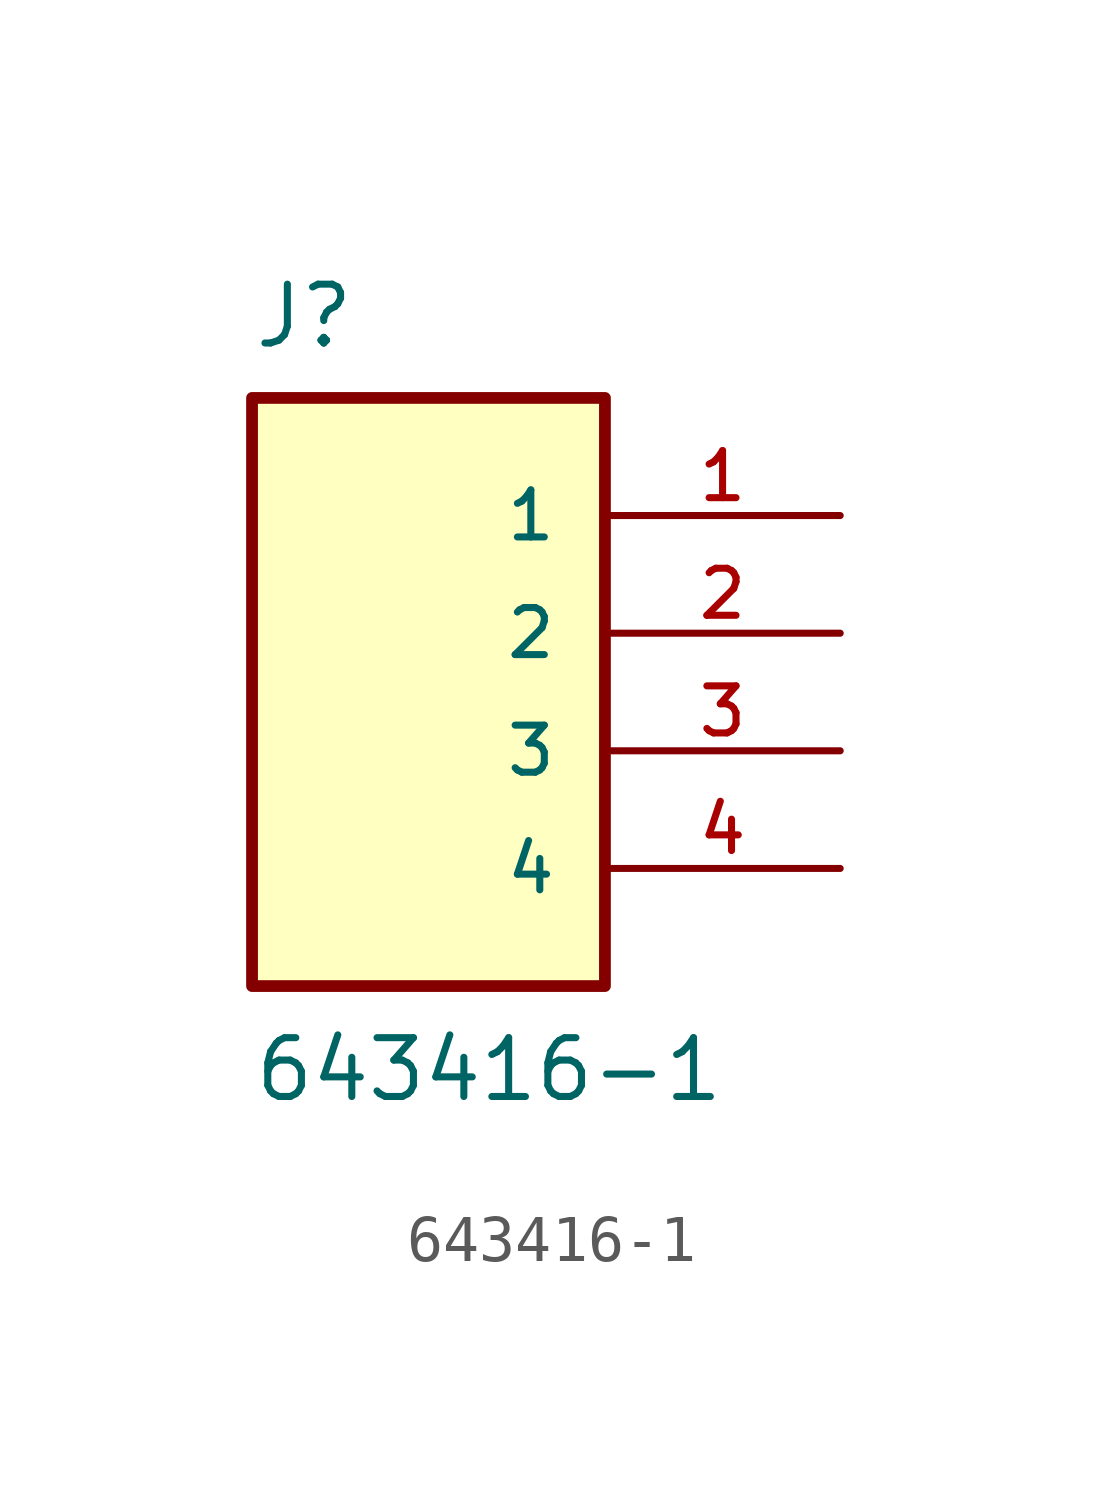
<source format=kicad_sym>
(kicad_symbol_lib
  (version 20211014)
  (generator kicad_symbol_editor)
  (symbol "643416-1"
    (pin_names
      (offset 1.016))
    (property "Reference" "J"
      (at -2.543 6.103 0)
      (effects (font (size 1.27 1.27)) (justify bottom left)))
    (property "Value" "643416-1"
      (at -2.542 -10.168 0)
      (effects (font (size 1.27 1.27)) (justify bottom left)))
    (symbol "643416-1_0_0"
      (rectangle (start -2.54 -7.62) (end 5.08 5.08) (stroke (width 0.254)) (fill (type background)))
      (pin passive line (at 10.16 2.54 180.0) (length 5.08) (name "1" (effects (font (size 1.016 1.016)))) (number "1" (effects (font (size 1.016 1.016)))))
      (pin passive line (at 10.16 0.0 180.0) (length 5.08) (name "2" (effects (font (size 1.016 1.016)))) (number "2" (effects (font (size 1.016 1.016)))))
      (pin passive line (at 10.16 -2.54 180.0) (length 5.08) (name "3" (effects (font (size 1.016 1.016)))) (number "3" (effects (font (size 1.016 1.016)))))
      (pin passive line (at 10.16 -5.08 180.0) (length 5.08) (name "4" (effects (font (size 1.016 1.016)))) (number "4" (effects (font (size 1.016 1.016))))))))
</source>
